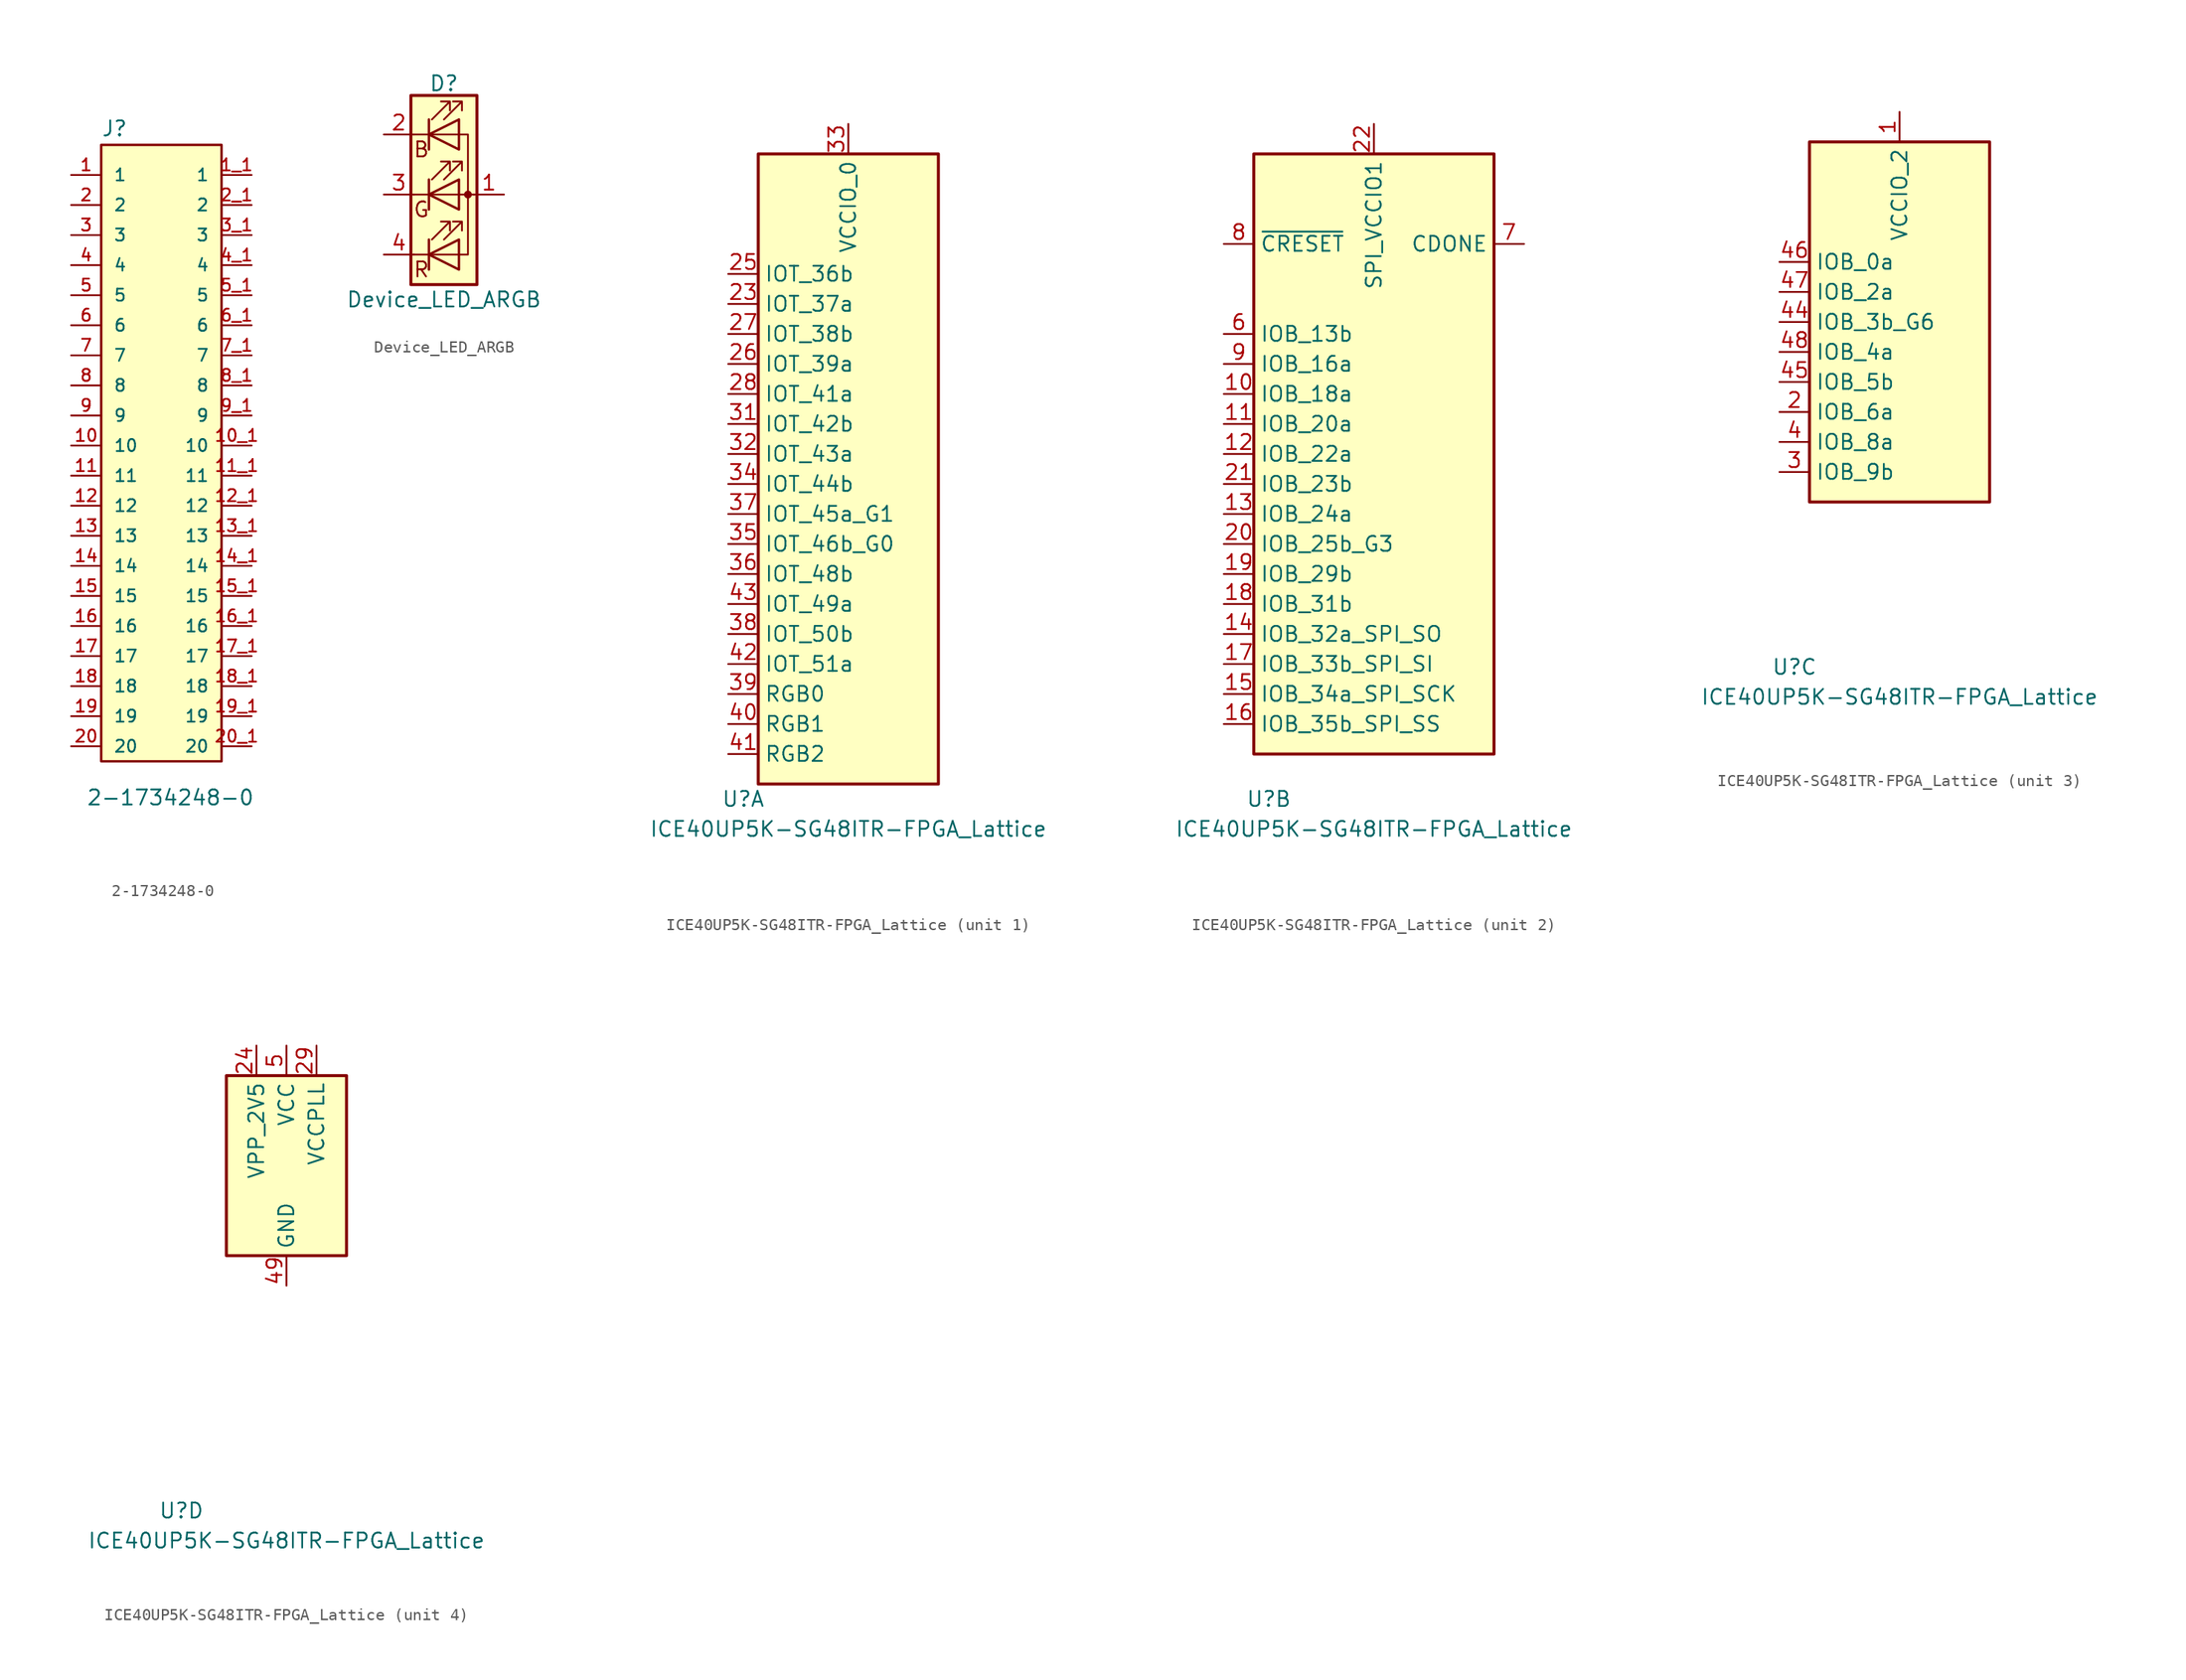
<source format=kicad_sym>
(kicad_symbol_lib
  (version 20231120)
  (generator "kicad_symbol_editor")
  (generator_version "8.0")
  (symbol "2-1734248-0"
    (pin_names
      (offset 1.016))
    (property "Reference" "J"
      (at -5.08 20.955 0)
      (effects (font (size 1.27 1.27)) (justify left bottom)))
    (property "Value" "2-1734248-0"
      (at -6.35 -35.56 0)
      (effects (font (size 1.27 1.27)) (justify left bottom)))
    (property "ki_locked" ""
      (at 0 0 0)
      (effects (font (size 1.27 1.27))))
    (symbol "2-1734248-0_0_0"
      (rectangle (start -5.08 20.32) (end 5.08 -31.75) (stroke (width 0.203) (type solid)) (fill (type background)))
      (pin passive line (at -7.62 17.78 0) (length 2.54) (name "1" (effects (font (size 1.016 1.016)))) (number "1" (effects (font (size 1.016 1.016)))))
      (pin passive line (at -7.62 -5.08 0) (length 2.54) (name "10" (effects (font (size 1.016 1.016)))) (number "10" (effects (font (size 1.016 1.016)))))
      (pin passive line (at 7.62 -5.08 180) (length 2.54) (name "10" (effects (font (size 1.016 1.016)))) (number "10_1" (effects (font (size 1.016 1.016)))))
      (pin passive line (at -7.62 -7.62 0) (length 2.54) (name "11" (effects (font (size 1.016 1.016)))) (number "11" (effects (font (size 1.016 1.016)))))
      (pin passive line (at 7.62 -7.62 180) (length 2.54) (name "11" (effects (font (size 1.016 1.016)))) (number "11_1" (effects (font (size 1.016 1.016)))))
      (pin passive line (at -7.62 -10.16 0) (length 2.54) (name "12" (effects (font (size 1.016 1.016)))) (number "12" (effects (font (size 1.016 1.016)))))
      (pin passive line (at 7.62 -10.16 180) (length 2.54) (name "12" (effects (font (size 1.016 1.016)))) (number "12_1" (effects (font (size 1.016 1.016)))))
      (pin passive line (at -7.62 -12.7 0) (length 2.54) (name "13" (effects (font (size 1.016 1.016)))) (number "13" (effects (font (size 1.016 1.016)))))
      (pin passive line (at 7.62 -12.7 180) (length 2.54) (name "13" (effects (font (size 1.016 1.016)))) (number "13_1" (effects (font (size 1.016 1.016)))))
      (pin passive line (at -7.62 -15.24 0) (length 2.54) (name "14" (effects (font (size 1.016 1.016)))) (number "14" (effects (font (size 1.016 1.016)))))
      (pin passive line (at 7.62 -15.24 180) (length 2.54) (name "14" (effects (font (size 1.016 1.016)))) (number "14_1" (effects (font (size 1.016 1.016)))))
      (pin passive line (at -7.62 -17.78 0) (length 2.54) (name "15" (effects (font (size 1.016 1.016)))) (number "15" (effects (font (size 1.016 1.016)))))
      (pin passive line (at 7.62 -17.78 180) (length 2.54) (name "15" (effects (font (size 1.016 1.016)))) (number "15_1" (effects (font (size 1.016 1.016)))))
      (pin passive line (at 7.62 17.78 180) (length 2.54) (name "1" (effects (font (size 1.016 1.016)))) (number "1_1" (effects (font (size 1.016 1.016)))))
      (pin passive line (at -7.62 15.24 0) (length 2.54) (name "2" (effects (font (size 1.016 1.016)))) (number "2" (effects (font (size 1.016 1.016)))))
      (pin passive line (at 7.62 15.24 180) (length 2.54) (name "2" (effects (font (size 1.016 1.016)))) (number "2_1" (effects (font (size 1.016 1.016)))))
      (pin passive line (at -7.62 12.7 0) (length 2.54) (name "3" (effects (font (size 1.016 1.016)))) (number "3" (effects (font (size 1.016 1.016)))))
      (pin passive line (at 7.62 12.7 180) (length 2.54) (name "3" (effects (font (size 1.016 1.016)))) (number "3_1" (effects (font (size 1.016 1.016)))))
      (pin passive line (at -7.62 10.16 0) (length 2.54) (name "4" (effects (font (size 1.016 1.016)))) (number "4" (effects (font (size 1.016 1.016)))))
      (pin passive line (at 7.62 10.16 180) (length 2.54) (name "4" (effects (font (size 1.016 1.016)))) (number "4_1" (effects (font (size 1.016 1.016)))))
      (pin passive line (at -7.62 7.62 0) (length 2.54) (name "5" (effects (font (size 1.016 1.016)))) (number "5" (effects (font (size 1.016 1.016)))))
      (pin passive line (at 7.62 7.62 180) (length 2.54) (name "5" (effects (font (size 1.016 1.016)))) (number "5_1" (effects (font (size 1.016 1.016)))))
      (pin passive line (at -7.62 5.08 0) (length 2.54) (name "6" (effects (font (size 1.016 1.016)))) (number "6" (effects (font (size 1.016 1.016)))))
      (pin passive line (at 7.62 5.08 180) (length 2.54) (name "6" (effects (font (size 1.016 1.016)))) (number "6_1" (effects (font (size 1.016 1.016)))))
      (pin passive line (at -7.62 2.54 0) (length 2.54) (name "7" (effects (font (size 1.016 1.016)))) (number "7" (effects (font (size 1.016 1.016)))))
      (pin passive line (at 7.62 2.54 180) (length 2.54) (name "7" (effects (font (size 1.016 1.016)))) (number "7_1" (effects (font (size 1.016 1.016)))))
      (pin passive line (at -7.62 0 0) (length 2.54) (name "8" (effects (font (size 1.016 1.016)))) (number "8" (effects (font (size 1.016 1.016)))))
      (pin passive line (at 7.62 0 180) (length 2.54) (name "8" (effects (font (size 1.016 1.016)))) (number "8_1" (effects (font (size 1.016 1.016)))))
      (pin passive line (at -7.62 -2.54 0) (length 2.54) (name "9" (effects (font (size 1.016 1.016)))) (number "9" (effects (font (size 1.016 1.016)))))
      (pin passive line (at 7.62 -2.54 180) (length 2.54) (name "9" (effects (font (size 1.016 1.016)))) (number "9_1" (effects (font (size 1.016 1.016))))))
    (symbol "2-1734248-0_1_0"
      (pin passive line (at -7.62 -20.32 0) (length 2.54) (name "16" (effects (font (size 1.016 1.016)))) (number "16" (effects (font (size 1.016 1.016)))))
      (pin passive line (at 7.62 -20.32 180) (length 2.54) (name "16" (effects (font (size 1.016 1.016)))) (number "16_1" (effects (font (size 1.016 1.016)))))
      (pin passive line (at -7.62 -22.86 0) (length 2.54) (name "17" (effects (font (size 1.016 1.016)))) (number "17" (effects (font (size 1.016 1.016)))))
      (pin passive line (at 7.62 -22.86 180) (length 2.54) (name "17" (effects (font (size 1.016 1.016)))) (number "17_1" (effects (font (size 1.016 1.016)))))
      (pin passive line (at -7.62 -25.4 0) (length 2.54) (name "18" (effects (font (size 1.016 1.016)))) (number "18" (effects (font (size 1.016 1.016)))))
      (pin passive line (at 7.62 -25.4 180) (length 2.54) (name "18" (effects (font (size 1.016 1.016)))) (number "18_1" (effects (font (size 1.016 1.016)))))
      (pin passive line (at -7.62 -27.94 0) (length 2.54) (name "19" (effects (font (size 1.016 1.016)))) (number "19" (effects (font (size 1.016 1.016)))))
      (pin passive line (at 7.62 -27.94 180) (length 2.54) (name "19" (effects (font (size 1.016 1.016)))) (number "19_1" (effects (font (size 1.016 1.016)))))
      (pin passive line (at -7.62 -30.48 0) (length 2.54) (name "20" (effects (font (size 1.016 1.016)))) (number "20" (effects (font (size 1.016 1.016)))))
      (pin passive line (at 7.62 -30.48 180) (length 2.54) (name "20" (effects (font (size 1.016 1.016)))) (number "20_1" (effects (font (size 1.016 1.016)))))))
  (symbol "Device_LED_ARGB"
    (pin_names
      (offset 0) hide)
    (property "Reference" "D"
      (at 0 9.398 0)
      (effects (font (size 1.27 1.27))))
    (property "Value" "Device_LED_ARGB"
      (at 0 -8.89 0)
      (effects (font (size 1.27 1.27))))
    (symbol "Device_LED_ARGB_0_0"
      (text "B" (at -1.905 3.81 0) (effects (font (size 1.27 1.27))))
      (text "G" (at -1.905 -1.27 0) (effects (font (size 1.27 1.27))))
      (text "R" (at -1.905 -6.35 0) (effects (font (size 1.27 1.27)))))
    (symbol "Device_LED_ARGB_0_1"
      (polyline (pts (xy -2.54 -5.08) (xy 1.27 -5.08)) (stroke (width 0) (type solid)) (fill (type none)))
      (polyline (pts (xy -1.27 -3.81) (xy -1.27 -6.35)) (stroke (width 0.203) (type solid)) (fill (type none)))
      (polyline (pts (xy -1.27 1.27) (xy -1.27 -1.27)) (stroke (width 0.203) (type solid)) (fill (type none)))
      (polyline (pts (xy -1.27 6.35) (xy -1.27 3.81)) (stroke (width 0.203) (type solid)) (fill (type none)))
      (polyline (pts (xy 1.27 5.08) (xy -2.54 5.08)) (stroke (width 0) (type solid)) (fill (type none)))
      (polyline (pts (xy 2.54 0) (xy -2.54 0)) (stroke (width 0) (type solid)) (fill (type none)))
      (polyline (pts (xy 1.27 -5.08) (xy 2.032 -5.08) (xy 2.032 5.08) (xy 1.27 5.08)) (stroke (width 0) (type solid)) (fill (type none)))
      (polyline (pts (xy 1.27 -3.81) (xy 1.27 -6.35) (xy -1.27 -5.08) (xy 1.27 -3.81)) (stroke (width 0.203) (type solid)) (fill (type none)))
      (polyline (pts (xy 1.27 1.27) (xy 1.27 -1.27) (xy -1.27 0) (xy 1.27 1.27)) (stroke (width 0.203) (type solid)) (fill (type none)))
      (polyline (pts (xy 1.27 6.35) (xy 1.27 3.81) (xy -1.27 5.08) (xy 1.27 6.35)) (stroke (width 0.203) (type solid)) (fill (type none)))
      (polyline (pts (xy -1.016 -3.81) (xy 0.508 -2.286) (xy -0.254 -2.286) (xy 0.508 -2.286) (xy 0.508 -3.048)) (stroke (width 0) (type solid)) (fill (type none)))
      (polyline (pts (xy -1.016 1.27) (xy 0.508 2.794) (xy -0.254 2.794) (xy 0.508 2.794) (xy 0.508 2.032)) (stroke (width 0) (type solid)) (fill (type none)))
      (polyline (pts (xy -1.016 6.35) (xy 0.508 7.874) (xy -0.254 7.874) (xy 0.508 7.874) (xy 0.508 7.112)) (stroke (width 0) (type solid)) (fill (type none)))
      (polyline (pts (xy 0 -3.81) (xy 1.524 -2.286) (xy 0.762 -2.286) (xy 1.524 -2.286) (xy 1.524 -3.048)) (stroke (width 0) (type solid)) (fill (type none)))
      (polyline (pts (xy 0 1.27) (xy 1.524 2.794) (xy 0.762 2.794) (xy 1.524 2.794) (xy 1.524 2.032)) (stroke (width 0) (type solid)) (fill (type none)))
      (polyline (pts (xy 0 6.35) (xy 1.524 7.874) (xy 0.762 7.874) (xy 1.524 7.874) (xy 1.524 7.112)) (stroke (width 0) (type solid)) (fill (type none)))
      (rectangle (start 1.27 6.35) (end 1.27 6.35) (stroke (width 0) (type solid)) (fill (type none)))
      (circle (center 2.032 0) (radius 0.254) (stroke (width 0) (type solid)) (fill (type outline)))
      (rectangle (start 2.794 8.382) (end -2.794 -7.62) (stroke (width 0.254) (type solid)) (fill (type background))))
    (symbol "Device_LED_ARGB_1_1"
      (pin passive line (at 5.08 0 180) (length 2.54) (name "A" (effects (font (size 1.27 1.27)))) (number "1" (effects (font (size 1.27 1.27)))))
      (pin passive line (at -5.08 5.08 0) (length 2.54) (name "RK" (effects (font (size 1.27 1.27)))) (number "2" (effects (font (size 1.27 1.27)))))
      (pin passive line (at -5.08 0 0) (length 2.54) (name "GK" (effects (font (size 1.27 1.27)))) (number "3" (effects (font (size 1.27 1.27)))))
      (pin passive line (at -5.08 -5.08 0) (length 2.54) (name "BK" (effects (font (size 1.27 1.27)))) (number "4" (effects (font (size 1.27 1.27)))))))
  (symbol "ICE40UP5K-SG48ITR-FPGA_Lattice"
    (property "Reference" "U"
      (at -8.89 -29.21 0)
      (effects (font (size 1.27 1.27))))
    (property "Value" "ICE40UP5K-SG48ITR-FPGA_Lattice"
      (at 0 -31.75 0)
      (effects (font (size 1.27 1.27))))
    (property "ki_locked" ""
      (at 0 0 0)
      (effects (font (size 1.27 1.27))))
    (symbol "ICE40UP5K-SG48ITR-FPGA_Lattice_1_1"
      (rectangle (start -7.62 25.4) (end 7.62 -27.94) (stroke (width 0.254) (type solid)) (fill (type background)))
      (pin bidirectional line (at -10.16 12.7 0) (length 2.54) (name "IOT_37a" (effects (font (size 1.27 1.27)))) (number "23" (effects (font (size 1.27 1.27)))))
      (pin bidirectional line (at -10.16 15.24 0) (length 2.54) (name "IOT_36b" (effects (font (size 1.27 1.27)))) (number "25" (effects (font (size 1.27 1.27)))))
      (pin bidirectional line (at -10.16 7.62 0) (length 2.54) (name "IOT_39a" (effects (font (size 1.27 1.27)))) (number "26" (effects (font (size 1.27 1.27)))))
      (pin bidirectional line (at -10.16 10.16 0) (length 2.54) (name "IOT_38b" (effects (font (size 1.27 1.27)))) (number "27" (effects (font (size 1.27 1.27)))))
      (pin bidirectional line (at -10.16 5.08 0) (length 2.54) (name "IOT_41a" (effects (font (size 1.27 1.27)))) (number "28" (effects (font (size 1.27 1.27)))))
      (pin bidirectional line (at -10.16 2.54 0) (length 2.54) (name "IOT_42b" (effects (font (size 1.27 1.27)))) (number "31" (effects (font (size 1.27 1.27)))))
      (pin bidirectional line (at -10.16 0 0) (length 2.54) (name "IOT_43a" (effects (font (size 1.27 1.27)))) (number "32" (effects (font (size 1.27 1.27)))))
      (pin power_in line (at 0 27.94 270) (length 2.54) (name "VCCIO_0" (effects (font (size 1.27 1.27)))) (number "33" (effects (font (size 1.27 1.27)))))
      (pin bidirectional line (at -10.16 -2.54 0) (length 2.54) (name "IOT_44b" (effects (font (size 1.27 1.27)))) (number "34" (effects (font (size 1.27 1.27)))))
      (pin bidirectional line (at -10.16 -7.62 0) (length 2.54) (name "IOT_46b_G0" (effects (font (size 1.27 1.27)))) (number "35" (effects (font (size 1.27 1.27)))))
      (pin bidirectional line (at -10.16 -10.16 0) (length 2.54) (name "IOT_48b" (effects (font (size 1.27 1.27)))) (number "36" (effects (font (size 1.27 1.27)))))
      (pin bidirectional line (at -10.16 -5.08 0) (length 2.54) (name "IOT_45a_G1" (effects (font (size 1.27 1.27)))) (number "37" (effects (font (size 1.27 1.27)))))
      (pin bidirectional line (at -10.16 -15.24 0) (length 2.54) (name "IOT_50b" (effects (font (size 1.27 1.27)))) (number "38" (effects (font (size 1.27 1.27)))))
      (pin open_collector line (at -10.16 -20.32 0) (length 2.54) (name "RGB0" (effects (font (size 1.27 1.27)))) (number "39" (effects (font (size 1.27 1.27)))))
      (pin open_collector line (at -10.16 -22.86 0) (length 2.54) (name "RGB1" (effects (font (size 1.27 1.27)))) (number "40" (effects (font (size 1.27 1.27)))))
      (pin open_collector line (at -10.16 -25.4 0) (length 2.54) (name "RGB2" (effects (font (size 1.27 1.27)))) (number "41" (effects (font (size 1.27 1.27)))))
      (pin bidirectional line (at -10.16 -17.78 0) (length 2.54) (name "IOT_51a" (effects (font (size 1.27 1.27)))) (number "42" (effects (font (size 1.27 1.27)))))
      (pin bidirectional line (at -10.16 -12.7 0) (length 2.54) (name "IOT_49a" (effects (font (size 1.27 1.27)))) (number "43" (effects (font (size 1.27 1.27))))))
    (symbol "ICE40UP5K-SG48ITR-FPGA_Lattice_2_1"
      (rectangle (start -10.16 25.4) (end 10.16 -25.4) (stroke (width 0.254) (type solid)) (fill (type background)))
      (pin bidirectional line (at -12.7 5.08 0) (length 2.54) (name "IOB_18a" (effects (font (size 1.27 1.27)))) (number "10" (effects (font (size 1.27 1.27)))))
      (pin bidirectional line (at -12.7 2.54 0) (length 2.54) (name "IOB_20a" (effects (font (size 1.27 1.27)))) (number "11" (effects (font (size 1.27 1.27)))))
      (pin bidirectional line (at -12.7 0 0) (length 2.54) (name "IOB_22a" (effects (font (size 1.27 1.27)))) (number "12" (effects (font (size 1.27 1.27)))))
      (pin bidirectional line (at -12.7 -5.08 0) (length 2.54) (name "IOB_24a" (effects (font (size 1.27 1.27)))) (number "13" (effects (font (size 1.27 1.27)))))
      (pin bidirectional line (at -12.7 -15.24 0) (length 2.54) (name "IOB_32a_SPI_SO" (effects (font (size 1.27 1.27)))) (number "14" (effects (font (size 1.27 1.27)))))
      (pin bidirectional line (at -12.7 -20.32 0) (length 2.54) (name "IOB_34a_SPI_SCK" (effects (font (size 1.27 1.27)))) (number "15" (effects (font (size 1.27 1.27)))))
      (pin bidirectional line (at -12.7 -22.86 0) (length 2.54) (name "IOB_35b_SPI_SS" (effects (font (size 1.27 1.27)))) (number "16" (effects (font (size 1.27 1.27)))))
      (pin bidirectional line (at -12.7 -17.78 0) (length 2.54) (name "IOB_33b_SPI_SI" (effects (font (size 1.27 1.27)))) (number "17" (effects (font (size 1.27 1.27)))))
      (pin bidirectional line (at -12.7 -12.7 0) (length 2.54) (name "IOB_31b" (effects (font (size 1.27 1.27)))) (number "18" (effects (font (size 1.27 1.27)))))
      (pin bidirectional line (at -12.7 -10.16 0) (length 2.54) (name "IOB_29b" (effects (font (size 1.27 1.27)))) (number "19" (effects (font (size 1.27 1.27)))))
      (pin bidirectional line (at -12.7 -7.62 0) (length 2.54) (name "IOB_25b_G3" (effects (font (size 1.27 1.27)))) (number "20" (effects (font (size 1.27 1.27)))))
      (pin bidirectional line (at -12.7 -2.54 0) (length 2.54) (name "IOB_23b" (effects (font (size 1.27 1.27)))) (number "21" (effects (font (size 1.27 1.27)))))
      (pin power_in line (at 0 27.94 270) (length 2.54) (name "SPI_VCCIO1" (effects (font (size 1.27 1.27)))) (number "22" (effects (font (size 1.27 1.27)))))
      (pin bidirectional line (at -12.7 10.16 0) (length 2.54) (name "IOB_13b" (effects (font (size 1.27 1.27)))) (number "6" (effects (font (size 1.27 1.27)))))
      (pin open_collector line (at 12.7 17.78 180) (length 2.54) (name "CDONE" (effects (font (size 1.27 1.27)))) (number "7" (effects (font (size 1.27 1.27)))))
      (pin input line (at -12.7 17.78 0) (length 2.54) (name "~{CRESET}" (effects (font (size 1.27 1.27)))) (number "8" (effects (font (size 1.27 1.27)))))
      (pin bidirectional line (at -12.7 7.62 0) (length 2.54) (name "IOB_16a" (effects (font (size 1.27 1.27)))) (number "9" (effects (font (size 1.27 1.27))))))
    (symbol "ICE40UP5K-SG48ITR-FPGA_Lattice_3_1"
      (rectangle (start -7.62 15.24) (end 7.62 -15.24) (stroke (width 0.254) (type solid)) (fill (type background)))
      (pin power_in line (at 0 17.78 270) (length 2.54) (name "VCCIO_2" (effects (font (size 1.27 1.27)))) (number "1" (effects (font (size 1.27 1.27)))))
      (pin bidirectional line (at -10.16 -7.62 0) (length 2.54) (name "IOB_6a" (effects (font (size 1.27 1.27)))) (number "2" (effects (font (size 1.27 1.27)))))
      (pin bidirectional line (at -10.16 -12.7 0) (length 2.54) (name "IOB_9b" (effects (font (size 1.27 1.27)))) (number "3" (effects (font (size 1.27 1.27)))))
      (pin bidirectional line (at -10.16 -10.16 0) (length 2.54) (name "IOB_8a" (effects (font (size 1.27 1.27)))) (number "4" (effects (font (size 1.27 1.27)))))
      (pin bidirectional line (at -10.16 0 0) (length 2.54) (name "IOB_3b_G6" (effects (font (size 1.27 1.27)))) (number "44" (effects (font (size 1.27 1.27)))))
      (pin bidirectional line (at -10.16 -5.08 0) (length 2.54) (name "IOB_5b" (effects (font (size 1.27 1.27)))) (number "45" (effects (font (size 1.27 1.27)))))
      (pin bidirectional line (at -10.16 5.08 0) (length 2.54) (name "IOB_0a" (effects (font (size 1.27 1.27)))) (number "46" (effects (font (size 1.27 1.27)))))
      (pin bidirectional line (at -10.16 2.54 0) (length 2.54) (name "IOB_2a" (effects (font (size 1.27 1.27)))) (number "47" (effects (font (size 1.27 1.27)))))
      (pin bidirectional line (at -10.16 -2.54 0) (length 2.54) (name "IOB_4a" (effects (font (size 1.27 1.27)))) (number "48" (effects (font (size 1.27 1.27))))))
    (symbol "ICE40UP5K-SG48ITR-FPGA_Lattice_4_1"
      (rectangle (start -5.08 7.62) (end 5.08 -7.62) (stroke (width 0.254) (type solid)) (fill (type background)))
      (pin power_in line (at -2.54 10.16 270) (length 2.54) (name "VPP_2V5" (effects (font (size 1.27 1.27)))) (number "24" (effects (font (size 1.27 1.27)))))
      (pin power_out line (at 2.54 10.16 270) (length 2.54) (name "VCCPLL" (effects (font (size 1.27 1.27)))) (number "29" (effects (font (size 1.27 1.27)))))
      (pin passive line (at 0 10.16 270) (length 2.54) hide (name "VCC" (effects (font (size 1.27 1.27)))) (number "30" (effects (font (size 1.27 1.27)))))
      (pin power_in line (at 0 -10.16 90) (length 2.54) (name "GND" (effects (font (size 1.27 1.27)))) (number "49" (effects (font (size 1.27 1.27)))))
      (pin power_in line (at 0 10.16 270) (length 2.54) (name "VCC" (effects (font (size 1.27 1.27)))) (number "5" (effects (font (size 1.27 1.27))))))))
</source>
